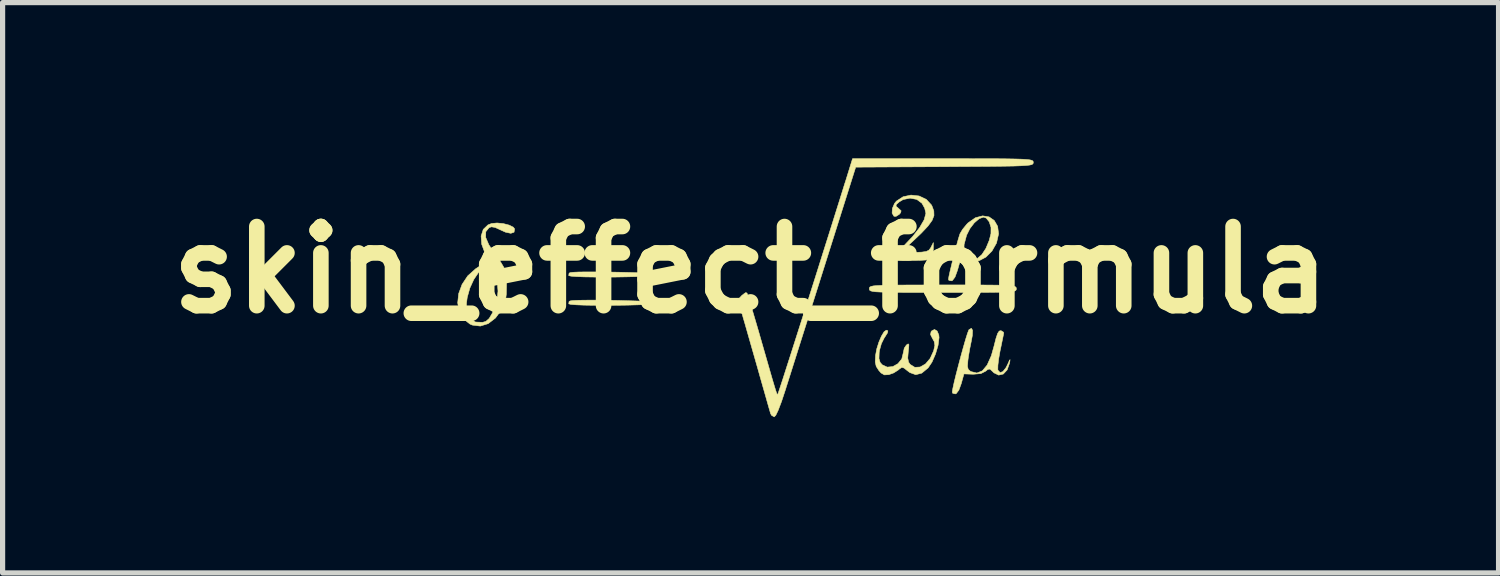
<source format=kicad_pcb>
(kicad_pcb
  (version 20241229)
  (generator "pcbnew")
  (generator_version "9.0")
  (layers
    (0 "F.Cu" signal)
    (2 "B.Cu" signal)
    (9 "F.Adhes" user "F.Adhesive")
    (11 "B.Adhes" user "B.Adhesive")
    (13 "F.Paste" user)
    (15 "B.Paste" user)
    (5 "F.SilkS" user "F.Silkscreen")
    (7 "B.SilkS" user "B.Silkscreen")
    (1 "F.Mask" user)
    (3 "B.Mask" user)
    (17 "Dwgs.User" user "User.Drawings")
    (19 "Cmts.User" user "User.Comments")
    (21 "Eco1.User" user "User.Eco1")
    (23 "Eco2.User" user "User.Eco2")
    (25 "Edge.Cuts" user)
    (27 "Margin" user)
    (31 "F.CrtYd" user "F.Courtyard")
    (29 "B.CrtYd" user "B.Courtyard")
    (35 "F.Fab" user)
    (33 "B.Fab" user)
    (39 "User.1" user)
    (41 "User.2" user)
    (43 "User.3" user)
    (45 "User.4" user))
  (footprint "skin_effect_formula"
    (layer "F.Cu")
    (at 11.401 2.146)
    (property "Reference" "skin_effect_formula" (at 0 0 0) (layer "F.SilkS") (effects (font (size 1.524 1.524) (thickness 0.3))))
    (attr through_hole)
    (fp_poly (pts (xy -2.962 0.039) (xy -2.752 0.041) (xy -2.534 0.045) (xy -2.318 0.05) (xy -2.117 0.057) (xy -1.942 0.065) (xy -1.806 0.073) (xy -1.721 0.082) (xy -1.696 0.091) (xy -1.734 0.103) (xy -1.832 0.113) (xy -1.978 0.122) (xy -2.161 0.129) (xy -2.369 0.134) (xy -2.589 0.138) (xy -2.81 0.139) (xy -3.019 0.138) (xy -3.205 0.135) (xy -3.355 0.129) (xy -3.458 0.121) (xy -3.501 0.11) (xy -3.501 0.109) (xy -3.495 0.066) (xy -3.476 0.053) (xy -3.42 0.046) (xy -3.308 0.041) (xy -3.152 0.039) (xy -2.962 0.039)) (stroke (width 0.01) (type solid)) (fill yes) (layer "F.SilkS"))
    (fp_poly (pts (xy -2.962 0.583) (xy -2.752 0.585) (xy -2.534 0.589) (xy -2.318 0.595) (xy -2.117 0.601) (xy -1.942 0.609) (xy -1.806 0.618) (xy -1.721 0.627) (xy -1.696 0.635) (xy -1.734 0.647) (xy -1.832 0.657) (xy -1.978 0.666) (xy -2.161 0.673) (xy -2.369 0.679) (xy -2.589 0.682) (xy -2.81 0.683) (xy -3.019 0.682) (xy -3.205 0.679) (xy -3.355 0.673) (xy -3.458 0.665) (xy -3.501 0.654) (xy -3.501 0.654) (xy -3.495 0.61) (xy -3.476 0.598) (xy -3.42 0.59) (xy -3.308 0.585) (xy -3.152 0.583) (xy -2.962 0.583)) (stroke (width 0.01) (type solid)) (fill yes) (layer "F.SilkS"))
    (fp_poly (pts (xy 4.059 0.29) (xy 4.35 0.291) (xy 4.582 0.292) (xy 4.762 0.294) (xy 4.896 0.298) (xy 4.992 0.304) (xy 5.054 0.312) (xy 5.092 0.322) (xy 5.11 0.335) (xy 5.116 0.351) (xy 5.116 0.363) (xy 5.115 0.381) (xy 5.105 0.396) (xy 5.08 0.408) (xy 5.034 0.417) (xy 4.961 0.424) (xy 4.852 0.429) (xy 4.701 0.432) (xy 4.503 0.434) (xy 4.249 0.435) (xy 3.934 0.435) (xy 3.701 0.435) (xy 3.344 0.435) (xy 3.052 0.435) (xy 2.82 0.434) (xy 2.64 0.431) (xy 2.506 0.427) (xy 2.411 0.422) (xy 2.348 0.414) (xy 2.311 0.404) (xy 2.293 0.391) (xy 2.287 0.375) (xy 2.286 0.363) (xy 2.288 0.345) (xy 2.298 0.33) (xy 2.322 0.318) (xy 2.368 0.308) (xy 2.442 0.302) (xy 2.551 0.297) (xy 2.701 0.293) (xy 2.899 0.292) (xy 3.153 0.291) (xy 3.468 0.29) (xy 3.701 0.29) (xy 4.059 0.29)) (stroke (width 0.01) (type solid)) (fill yes) (layer "F.SilkS"))
    (fp_poly (pts (xy 3.244 -1.423) (xy 3.382 -1.358) (xy 3.482 -1.25) (xy 3.493 -1.229) (xy 3.528 -1.135) (xy 3.531 -1.046) (xy 3.495 -0.953) (xy 3.416 -0.844) (xy 3.288 -0.708) (xy 3.183 -0.608) (xy 2.885 -0.327) (xy 3.156 -0.336) (xy 3.297 -0.342) (xy 3.383 -0.355) (xy 3.433 -0.379) (xy 3.465 -0.42) (xy 3.473 -0.435) (xy 3.519 -0.526) (xy 3.519 -0.435) (xy 3.516 -0.327) (xy 3.499 -0.255) (xy 3.457 -0.211) (xy 3.376 -0.19) (xy 3.244 -0.182) (xy 3.098 -0.181) (xy 2.943 -0.184) (xy 2.818 -0.191) (xy 2.74 -0.201) (xy 2.721 -0.21) (xy 2.746 -0.246) (xy 2.811 -0.319) (xy 2.904 -0.416) (xy 2.943 -0.455) (xy 3.12 -0.642) (xy 3.255 -0.815) (xy 3.342 -0.965) (xy 3.374 -1.084) (xy 3.375 -1.091) (xy 3.352 -1.188) (xy 3.299 -1.283) (xy 3.199 -1.357) (xy 3.07 -1.381) (xy 2.937 -1.354) (xy 2.862 -1.309) (xy 2.804 -1.257) (xy 2.801 -1.225) (xy 2.848 -1.184) (xy 2.848 -1.184) (xy 2.898 -1.138) (xy 2.889 -1.1) (xy 2.861 -1.068) (xy 2.8 -1.03) (xy 2.761 -1.032) (xy 2.725 -1.092) (xy 2.73 -1.183) (xy 2.772 -1.28) (xy 2.808 -1.324) (xy 2.937 -1.408) (xy 3.089 -1.44) (xy 3.244 -1.423)) (stroke (width 0.01) (type solid)) (fill yes) (layer "F.SilkS"))
    (fp_poly (pts (xy 4.592 -1.02) (xy 4.692 -0.95) (xy 4.757 -0.838) (xy 4.775 -0.693) (xy 4.736 -0.521) (xy 4.734 -0.515) (xy 4.647 -0.362) (xy 4.531 -0.246) (xy 4.399 -0.176) (xy 4.267 -0.159) (xy 4.153 -0.198) (xy 4.105 -0.228) (xy 4.074 -0.235) (xy 4.05 -0.209) (xy 4.024 -0.136) (xy 3.988 -0.008) (xy 3.98 0.018) (xy 3.936 0.138) (xy 3.887 0.204) (xy 3.87 0.211) (xy 3.819 0.202) (xy 3.81 0.182) (xy 3.819 0.125) (xy 3.843 0.016) (xy 3.877 -0.126) (xy 3.916 -0.284) (xy 3.936 -0.359) (xy 4.107 -0.359) (xy 4.147 -0.264) (xy 4.16 -0.248) (xy 4.217 -0.196) (xy 4.271 -0.187) (xy 4.355 -0.216) (xy 4.37 -0.223) (xy 4.452 -0.293) (xy 4.531 -0.414) (xy 4.595 -0.568) (xy 4.628 -0.699) (xy 4.629 -0.818) (xy 4.595 -0.925) (xy 4.537 -0.997) (xy 4.483 -1.016) (xy 4.4 -0.985) (xy 4.307 -0.905) (xy 4.222 -0.794) (xy 4.16 -0.67) (xy 4.158 -0.664) (xy 4.111 -0.489) (xy 4.107 -0.359) (xy 3.936 -0.359) (xy 3.957 -0.439) (xy 3.994 -0.574) (xy 4.023 -0.669) (xy 4.031 -0.694) (xy 4.081 -0.779) (xy 4.16 -0.876) (xy 4.187 -0.904) (xy 4.329 -1.004) (xy 4.468 -1.04) (xy 4.592 -1.02)) (stroke (width 0.01) (type solid)) (fill yes) (layer "F.SilkS"))
    (fp_poly (pts (xy 3.592 1.177) (xy 3.624 1.253) (xy 3.629 1.304) (xy 3.61 1.452) (xy 3.561 1.619) (xy 3.493 1.775) (xy 3.418 1.887) (xy 3.296 1.988) (xy 3.18 2.018) (xy 3.066 1.977) (xy 3.026 1.947) (xy 2.955 1.89) (xy 2.912 1.877) (xy 2.867 1.907) (xy 2.847 1.925) (xy 2.755 1.984) (xy 2.662 2.017) (xy 2.576 2.022) (xy 2.511 1.984) (xy 2.469 1.936) (xy 2.419 1.858) (xy 2.4 1.774) (xy 2.406 1.652) (xy 2.406 1.647) (xy 2.429 1.522) (xy 2.47 1.392) (xy 2.52 1.275) (xy 2.57 1.192) (xy 2.613 1.161) (xy 2.644 1.173) (xy 2.635 1.214) (xy 2.582 1.298) (xy 2.571 1.314) (xy 2.518 1.421) (xy 2.481 1.554) (xy 2.476 1.592) (xy 2.472 1.708) (xy 2.494 1.781) (xy 2.535 1.828) (xy 2.631 1.872) (xy 2.738 1.862) (xy 2.837 1.806) (xy 2.911 1.715) (xy 2.939 1.601) (xy 2.959 1.507) (xy 3 1.447) (xy 3.034 1.424) (xy 3.048 1.44) (xy 3.044 1.508) (xy 3.036 1.575) (xy 3.026 1.698) (xy 3.042 1.776) (xy 3.072 1.82) (xy 3.162 1.876) (xy 3.265 1.87) (xy 3.368 1.811) (xy 3.458 1.705) (xy 3.524 1.56) (xy 3.525 1.557) (xy 3.548 1.454) (xy 3.536 1.38) (xy 3.504 1.324) (xy 3.465 1.246) (xy 3.475 1.191) (xy 3.486 1.176) (xy 3.541 1.147) (xy 3.592 1.177)) (stroke (width 0.01) (type solid)) (fill yes) (layer "F.SilkS"))
    (fp_poly (pts (xy 4.274 1.164) (xy 4.27 1.262) (xy 4.25 1.371) (xy 4.219 1.523) (xy 4.193 1.678) (xy 4.184 1.747) (xy 4.176 1.855) (xy 4.19 1.915) (xy 4.232 1.952) (xy 4.243 1.958) (xy 4.357 1.986) (xy 4.462 1.944) (xy 4.555 1.832) (xy 4.635 1.653) (xy 4.686 1.472) (xy 4.725 1.318) (xy 4.757 1.223) (xy 4.787 1.178) (xy 4.82 1.17) (xy 4.821 1.17) (xy 4.869 1.199) (xy 4.874 1.22) (xy 4.864 1.27) (xy 4.843 1.372) (xy 4.815 1.508) (xy 4.803 1.564) (xy 4.777 1.711) (xy 4.762 1.836) (xy 4.76 1.918) (xy 4.764 1.933) (xy 4.804 1.977) (xy 4.858 1.958) (xy 4.918 1.882) (xy 4.949 1.821) (xy 4.984 1.742) (xy 4.996 1.728) (xy 4.99 1.774) (xy 4.986 1.796) (xy 4.939 1.927) (xy 4.866 2.005) (xy 4.777 2.026) (xy 4.685 1.982) (xy 4.662 1.959) (xy 4.61 1.91) (xy 4.569 1.915) (xy 4.526 1.95) (xy 4.434 1.997) (xy 4.291 2.009) (xy 4.281 2.009) (xy 4.108 2.003) (xy 4.056 2.19) (xy 4.01 2.315) (xy 3.96 2.381) (xy 3.943 2.388) (xy 3.892 2.376) (xy 3.883 2.352) (xy 3.893 2.288) (xy 3.918 2.172) (xy 3.955 2.02) (xy 4 1.846) (xy 4.048 1.665) (xy 4.096 1.491) (xy 4.14 1.338) (xy 4.176 1.223) (xy 4.201 1.158) (xy 4.206 1.15) (xy 4.252 1.125) (xy 4.274 1.164)) (stroke (width 0.01) (type solid)) (fill yes) (layer "F.SilkS"))
    (fp_poly (pts (xy -4.76 -0.891) (xy -4.648 -0.862) (xy -4.568 -0.822) (xy -4.543 -0.789) (xy -4.554 -0.725) (xy -4.616 -0.704) (xy -4.719 -0.726) (xy -4.809 -0.767) (xy -4.918 -0.817) (xy -4.989 -0.829) (xy -5.035 -0.813) (xy -5.098 -0.735) (xy -5.1 -0.625) (xy -5.041 -0.487) (xy -5.007 -0.434) (xy -4.89 -0.265) (xy -4.806 -0.142) (xy -4.752 -0.05) (xy -4.719 0.023) (xy -4.704 0.094) (xy -4.699 0.175) (xy -4.699 0.281) (xy -4.699 0.306) (xy -4.703 0.469) (xy -4.718 0.587) (xy -4.751 0.684) (xy -4.79 0.761) (xy -4.911 0.926) (xy -5.052 1.035) (xy -5.204 1.082) (xy -5.357 1.063) (xy -5.403 1.043) (xy -5.532 0.94) (xy -5.61 0.8) (xy -5.616 0.764) (xy -5.475 0.764) (xy -5.465 0.847) (xy -5.433 0.907) (xy -5.409 0.934) (xy -5.296 1.004) (xy -5.16 1.01) (xy -5.097 0.992) (xy -5.033 0.936) (xy -4.969 0.828) (xy -4.914 0.689) (xy -4.876 0.54) (xy -4.863 0.409) (xy -4.875 0.254) (xy -4.908 0.113) (xy -4.956 0.001) (xy -5.012 -0.063) (xy -5.042 -0.073) (xy -5.14 -0.039) (xy -5.239 0.052) (xy -5.33 0.187) (xy -5.405 0.351) (xy -5.455 0.529) (xy -5.469 0.634) (xy -5.475 0.764) (xy -5.616 0.764) (xy -5.639 0.634) (xy -5.62 0.457) (xy -5.555 0.28) (xy -5.446 0.116) (xy -5.293 -0.021) (xy -5.288 -0.024) (xy -5.187 -0.09) (xy -5.107 -0.137) (xy -5.076 -0.152) (xy -5.062 -0.19) (xy -5.094 -0.281) (xy -5.112 -0.318) (xy -5.177 -0.494) (xy -5.188 -0.651) (xy -5.147 -0.779) (xy -5.056 -0.866) (xy -4.987 -0.893) (xy -4.881 -0.903) (xy -4.76 -0.891)) (stroke (width 0.01) (type solid)) (fill yes) (layer "F.SilkS"))
    (fp_poly (pts (xy 4.103 -2.141) (xy 4.437 -2.14) (xy 4.71 -2.14) (xy 4.928 -2.138) (xy 5.098 -2.135) (xy 5.226 -2.131) (xy 5.318 -2.125) (xy 5.379 -2.118) (xy 5.416 -2.108) (xy 5.435 -2.097) (xy 5.442 -2.082) (xy 5.443 -2.069) (xy 5.441 -2.052) (xy 5.432 -2.038) (xy 5.409 -2.026) (xy 5.367 -2.017) (xy 5.299 -2.01) (xy 5.199 -2.004) (xy 5.062 -1.999) (xy 4.88 -1.996) (xy 4.648 -1.993) (xy 4.36 -1.991) (xy 4.009 -1.989) (xy 3.734 -1.987) (xy 2.024 -1.978) (xy 1.434 -0.109) (xy 1.316 0.265) (xy 1.199 0.635) (xy 1.087 0.992) (xy 0.981 1.326) (xy 0.885 1.63) (xy 0.802 1.893) (xy 0.734 2.108) (xy 0.684 2.265) (xy 0.675 2.295) (xy 0.597 2.531) (xy 0.533 2.7) (xy 0.485 2.8) (xy 0.455 2.83) (xy 0.403 2.8) (xy 0.385 2.767) (xy 0.37 2.714) (xy 0.338 2.603) (xy 0.293 2.444) (xy 0.237 2.248) (xy 0.174 2.027) (xy 0.145 1.923) (xy 0.075 1.678) (xy 0.007 1.441) (xy -0.055 1.224) (xy -0.106 1.045) (xy -0.144 0.916) (xy -0.151 0.89) (xy -0.226 0.636) (xy -0.311 0.743) (xy -0.371 0.806) (xy -0.414 0.829) (xy -0.42 0.826) (xy -0.409 0.79) (xy -0.36 0.714) (xy -0.282 0.616) (xy -0.269 0.6) (xy -0.165 0.489) (xy -0.098 0.439) (xy -0.07 0.444) (xy -0.053 0.49) (xy -0.02 0.596) (xy 0.027 0.753) (xy 0.085 0.949) (xy 0.152 1.177) (xy 0.215 1.397) (xy 0.299 1.689) (xy 0.365 1.919) (xy 0.415 2.093) (xy 0.453 2.22) (xy 0.479 2.306) (xy 0.497 2.359) (xy 0.508 2.387) (xy 0.516 2.396) (xy 0.522 2.393) (xy 0.525 2.39) (xy 0.539 2.353) (xy 0.571 2.255) (xy 0.622 2.1) (xy 0.687 1.897) (xy 0.766 1.651) (xy 0.856 1.369) (xy 0.955 1.059) (xy 1.061 0.726) (xy 1.172 0.378) (xy 1.285 0.021) (xy 1.398 -0.339) (xy 1.51 -0.693) (xy 1.618 -1.037) (xy 1.72 -1.362) (xy 1.814 -1.663) (xy 1.831 -1.714) (xy 1.963 -2.141) (xy 3.703 -2.141) (xy 4.103 -2.141)) (stroke (width 0.01) (type solid)) (fill yes) (layer "F.SilkS")))
  (gr_rect
    (start -3 -3)
    (end 25.802 7.981)
    (stroke (width 0.1) (type default))
    (fill no)
    (layer "Edge.Cuts")))
</source>
